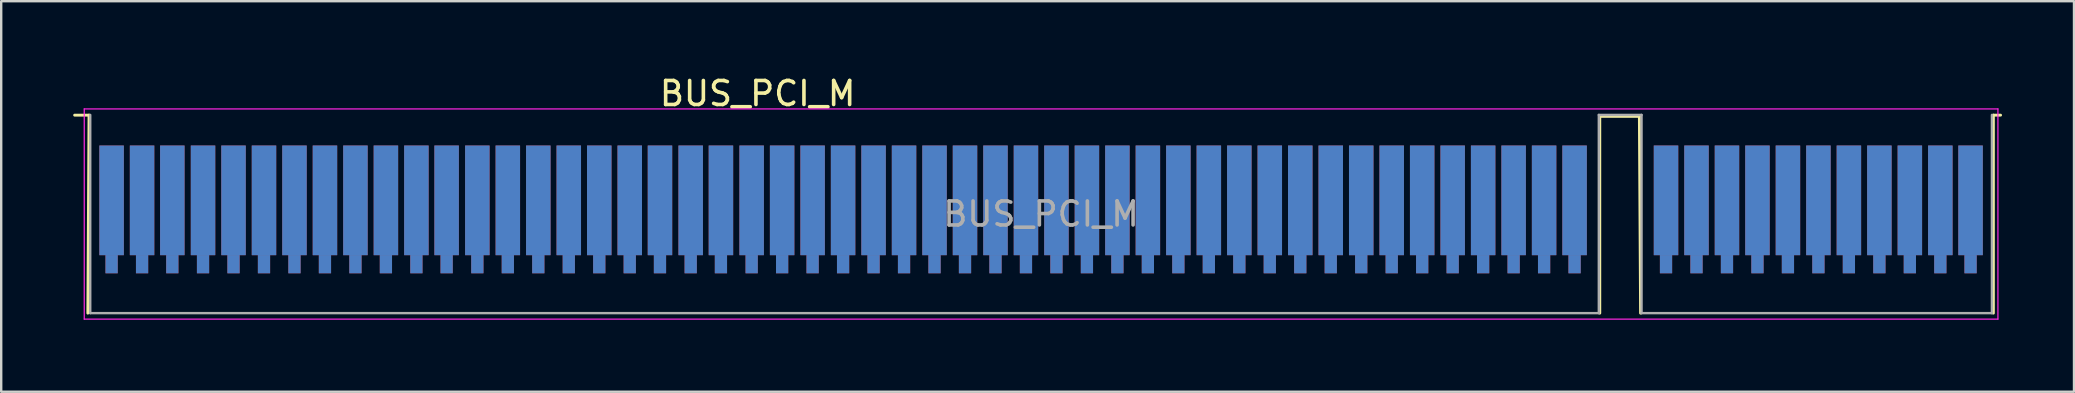
<source format=kicad_pcb>
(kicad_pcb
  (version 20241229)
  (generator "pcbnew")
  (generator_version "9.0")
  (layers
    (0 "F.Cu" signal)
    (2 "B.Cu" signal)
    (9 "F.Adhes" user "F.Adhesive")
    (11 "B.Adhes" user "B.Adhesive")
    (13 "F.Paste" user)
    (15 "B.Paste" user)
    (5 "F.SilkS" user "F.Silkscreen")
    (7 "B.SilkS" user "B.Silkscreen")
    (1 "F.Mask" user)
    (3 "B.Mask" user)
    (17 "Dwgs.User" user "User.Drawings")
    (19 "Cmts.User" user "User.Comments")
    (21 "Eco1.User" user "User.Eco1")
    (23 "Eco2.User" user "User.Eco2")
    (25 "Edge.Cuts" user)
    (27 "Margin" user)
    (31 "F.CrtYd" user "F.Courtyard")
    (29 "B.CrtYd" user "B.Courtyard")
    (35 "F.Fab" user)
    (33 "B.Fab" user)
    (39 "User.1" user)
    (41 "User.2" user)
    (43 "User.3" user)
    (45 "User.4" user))
  (footprint "BUS_PCI_M"
    (layer "F.Cu")
    (at 40.33 6.628)
    (property "Reference" "BUS_PCI_M" (at -11.81 -5.78 0) (layer "F.SilkS") (effects (font (size 1 1) (thickness 0.15))))
    (attr exclude_from_pos_files exclude_from_bom)
    (fp_line (start -40.27 -4.88) (end -39.67 -4.88) (stroke (width 0.12) (type solid)) (layer "F.SilkS"))
    (fp_line (start -39.67 -4.88) (end -39.72 3.37) (stroke (width 0.12) (type solid)) (layer "F.SilkS"))
    (fp_line (start 23.28 -4.83) (end 24.93 -4.83) (stroke (width 0.12) (type solid)) (layer "F.SilkS"))
    (fp_line (start 23.28 3.37) (end 23.28 -4.83) (stroke (width 0.12) (type solid)) (layer "F.SilkS"))
    (fp_line (start 24.93 -4.83) (end 24.98 3.37) (stroke (width 0.12) (type solid)) (layer "F.SilkS"))
    (fp_line (start 39.68 -4.88) (end 39.98 -4.88) (stroke (width 0.12) (type solid)) (layer "F.SilkS"))
    (fp_line (start 39.68 3.37) (end 39.68 -4.88) (stroke (width 0.12) (type solid)) (layer "F.SilkS"))
    (fp_line (start -39.87 -5.14) (end -39.87 3.62) (stroke (width 0.05) (type solid)) (layer "F.CrtYd"))
    (fp_line (start -39.87 -5.14) (end 39.87 -5.14) (stroke (width 0.05) (type solid)) (layer "F.CrtYd"))
    (fp_line (start 39.87 3.62) (end -39.87 3.62) (stroke (width 0.05) (type solid)) (layer "F.CrtYd"))
    (fp_line (start 39.87 3.62) (end 39.87 -5.14) (stroke (width 0.05) (type solid)) (layer "F.CrtYd"))
    (fp_line (start -39.62 -4.89) (end -39.62 3.37) (stroke (width 0.1) (type solid)) (layer "F.Fab"))
    (fp_line (start -39.62 3.37) (end 23.24 3.37) (stroke (width 0.1) (type solid)) (layer "F.Fab"))
    (fp_line (start 23.24 -4.89) (end 25.02 -4.89) (stroke (width 0.1) (type solid)) (layer "F.Fab"))
    (fp_line (start 23.24 3.37) (end 23.24 -4.89) (stroke (width 0.1) (type solid)) (layer "F.Fab"))
    (fp_line (start 25.02 -4.89) (end 25.02 3.37) (stroke (width 0.1) (type solid)) (layer "F.Fab"))
    (fp_line (start 25.02 3.37) (end 39.62 3.37) (stroke (width 0.1) (type solid)) (layer "F.Fab"))
    (fp_line (start 39.62 3.37) (end 39.62 -4.89) (stroke (width 0.1) (type solid)) (layer "F.Fab"))
    (fp_text user "${REFERENCE}" (at 0 -0.76 0) (layer "F.Fab") (effects (font (size 1 1) (thickness 0.15))))
    (pad "A1" connect rect (at -38.73 -1.33) (size 1.02 4.57) (layers "B.Cu" "B.Mask"))
    (pad "A1" connect rect (at -38.73 1.33) (size 0.51 0.76) (layers "B.Cu" "B.Mask"))
    (pad "A2" connect rect (at -37.46 -1.33) (size 1.02 4.57) (layers "B.Cu" "B.Mask"))
    (pad "A2" connect rect (at -37.46 1.33) (size 0.51 0.76) (layers "B.Cu" "B.Mask"))
    (pad "A3" connect rect (at -36.2 -1.33) (size 1.02 4.57) (layers "B.Cu" "B.Mask"))
    (pad "A3" connect rect (at -36.2 1.33) (size 0.51 0.76) (layers "B.Cu" "B.Mask"))
    (pad "A4" connect rect (at -34.92 -1.33) (size 1.02 4.57) (layers "B.Cu" "B.Mask"))
    (pad "A4" connect rect (at -34.92 1.33) (size 0.51 0.76) (layers "B.Cu" "B.Mask"))
    (pad "A5" connect rect (at -33.65 -1.33) (size 1.02 4.57) (layers "B.Cu" "B.Mask"))
    (pad "A5" connect rect (at -33.65 1.33) (size 0.51 0.76) (layers "B.Cu" "B.Mask"))
    (pad "A6" connect rect (at -32.38 -1.33) (size 1.02 4.57) (layers "B.Cu" "B.Mask"))
    (pad "A6" connect rect (at -32.38 1.33) (size 0.51 0.76) (layers "B.Cu" "B.Mask"))
    (pad "A7" connect rect (at -31.11 -1.33) (size 1.02 4.57) (layers "B.Cu" "B.Mask"))
    (pad "A7" connect rect (at -31.11 1.33) (size 0.51 0.76) (layers "B.Cu" "B.Mask"))
    (pad "A8" connect rect (at -29.84 -1.33) (size 1.02 4.57) (layers "B.Cu" "B.Mask"))
    (pad "A8" connect rect (at -29.84 1.33) (size 0.51 0.76) (layers "B.Cu" "B.Mask"))
    (pad "A9" connect rect (at -28.57 -1.33) (size 1.02 4.57) (layers "B.Cu" "B.Mask"))
    (pad "A9" connect rect (at -28.57 1.33) (size 0.51 0.76) (layers "B.Cu" "B.Mask"))
    (pad "A10" connect rect (at -27.3 -1.33) (size 1.02 4.57) (layers "B.Cu" "B.Mask"))
    (pad "A10" connect rect (at -27.3 1.33) (size 0.51 0.76) (layers "B.Cu" "B.Mask"))
    (pad "A11" connect rect (at -26.03 -1.33) (size 1.02 4.57) (layers "B.Cu" "B.Mask"))
    (pad "A11" connect rect (at -26.03 1.33) (size 0.51 0.76) (layers "B.Cu" "B.Mask"))
    (pad "A12" connect rect (at -24.77 -1.33) (size 1.02 4.57) (layers "B.Cu" "B.Mask"))
    (pad "A12" connect rect (at -24.77 1.33) (size 0.51 0.76) (layers "B.Cu" "B.Mask"))
    (pad "A13" connect rect (at -23.49 -1.33) (size 1.02 4.57) (layers "B.Cu" "B.Mask"))
    (pad "A13" connect rect (at -23.49 1.33) (size 0.51 0.76) (layers "B.Cu" "B.Mask"))
    (pad "A14" connect rect (at -22.22 -1.33) (size 1.02 4.57) (layers "B.Cu" "B.Mask"))
    (pad "A14" connect rect (at -22.22 1.33) (size 0.51 0.76) (layers "B.Cu" "B.Mask"))
    (pad "A15" connect rect (at -20.95 -1.33) (size 1.02 4.57) (layers "B.Cu" "B.Mask"))
    (pad "A15" connect rect (at -20.95 1.33) (size 0.51 0.76) (layers "B.Cu" "B.Mask"))
    (pad "A16" connect rect (at -19.68 -1.33) (size 1.02 4.57) (layers "B.Cu" "B.Mask"))
    (pad "A16" connect rect (at -19.68 1.33) (size 0.51 0.76) (layers "B.Cu" "B.Mask"))
    (pad "A17" connect rect (at -18.41 -1.33) (size 1.02 4.57) (layers "B.Cu" "B.Mask"))
    (pad "A17" connect rect (at -18.41 1.33) (size 0.51 0.76) (layers "B.Cu" "B.Mask"))
    (pad "A18" connect rect (at -17.14 -1.33) (size 1.02 4.57) (layers "B.Cu" "B.Mask"))
    (pad "A18" connect rect (at -17.14 1.33) (size 0.51 0.76) (layers "B.Cu" "B.Mask"))
    (pad "A19" connect rect (at -15.88 -1.33) (size 1.02 4.57) (layers "B.Cu" "B.Mask"))
    (pad "A19" connect rect (at -15.88 1.33) (size 0.51 0.76) (layers "B.Cu" "B.Mask"))
    (pad "A20" connect rect (at -14.6 -1.33) (size 1.02 4.57) (layers "B.Cu" "B.Mask"))
    (pad "A20" connect rect (at -14.6 1.33) (size 0.51 0.76) (layers "B.Cu" "B.Mask"))
    (pad "A21" connect rect (at -13.34 -1.33) (size 1.02 4.57) (layers "B.Cu" "B.Mask"))
    (pad "A21" connect rect (at -13.34 1.33) (size 0.51 0.76) (layers "B.Cu" "B.Mask"))
    (pad "A22" connect rect (at -12.06 -1.33) (size 1.02 4.57) (layers "B.Cu" "B.Mask"))
    (pad "A22" connect rect (at -12.06 1.33) (size 0.51 0.76) (layers "B.Cu" "B.Mask"))
    (pad "A23" connect rect (at -10.79 -1.33) (size 1.02 4.57) (layers "B.Cu" "B.Mask"))
    (pad "A23" connect rect (at -10.79 1.33) (size 0.51 0.76) (layers "B.Cu" "B.Mask"))
    (pad "A24" connect rect (at -9.52 -1.33) (size 1.02 4.57) (layers "B.Cu" "B.Mask"))
    (pad "A24" connect rect (at -9.52 1.33) (size 0.51 0.76) (layers "B.Cu" "B.Mask"))
    (pad "A25" connect rect (at -8.25 -1.33) (size 1.02 4.57) (layers "B.Cu" "B.Mask"))
    (pad "A25" connect rect (at -8.25 1.33) (size 0.51 0.76) (layers "B.Cu" "B.Mask"))
    (pad "A26" connect rect (at -6.98 -1.33) (size 1.02 4.57) (layers "B.Cu" "B.Mask"))
    (pad "A26" connect rect (at -6.98 1.33) (size 0.51 0.76) (layers "B.Cu" "B.Mask"))
    (pad "A27" connect rect (at -5.71 -1.33) (size 1.02 4.57) (layers "B.Cu" "B.Mask"))
    (pad "A27" connect rect (at -5.71 1.33) (size 0.51 0.76) (layers "B.Cu" "B.Mask"))
    (pad "A28" connect rect (at -4.44 -1.33) (size 1.02 4.57) (layers "B.Cu" "B.Mask"))
    (pad "A28" connect rect (at -4.44 1.33) (size 0.51 0.76) (layers "B.Cu" "B.Mask"))
    (pad "A29" connect rect (at -3.17 -1.33) (size 1.02 4.57) (layers "B.Cu" "B.Mask"))
    (pad "A29" connect rect (at -3.17 1.33) (size 0.51 0.76) (layers "B.Cu" "B.Mask"))
    (pad "A30" connect rect (at -1.9 -1.33) (size 1.02 4.57) (layers "B.Cu" "B.Mask"))
    (pad "A30" connect rect (at -1.9 1.33) (size 0.51 0.76) (layers "B.Cu" "B.Mask"))
    (pad "A31" connect rect (at -0.63 -1.33) (size 1.02 4.57) (layers "B.Cu" "B.Mask"))
    (pad "A31" connect rect (at -0.63 1.33) (size 0.51 0.76) (layers "B.Cu" "B.Mask"))
    (pad "A32" connect rect (at 0.64 -1.33) (size 1.02 4.57) (layers "B.Cu" "B.Mask"))
    (pad "A32" connect rect (at 0.64 1.33) (size 0.51 0.76) (layers "B.Cu" "B.Mask"))
    (pad "A33" connect rect (at 1.91 -1.33) (size 1.02 4.57) (layers "B.Cu" "B.Mask"))
    (pad "A33" connect rect (at 1.91 1.33) (size 0.51 0.76) (layers "B.Cu" "B.Mask"))
    (pad "A34" connect rect (at 3.18 -1.33) (size 1.02 4.57) (layers "B.Cu" "B.Mask"))
    (pad "A34" connect rect (at 3.18 1.33) (size 0.51 0.76) (layers "B.Cu" "B.Mask"))
    (pad "A35" connect rect (at 4.45 -1.33) (size 1.02 4.57) (layers "B.Cu" "B.Mask"))
    (pad "A35" connect rect (at 4.45 1.33) (size 0.51 0.76) (layers "B.Cu" "B.Mask"))
    (pad "A36" connect rect (at 5.72 -1.33) (size 1.02 4.57) (layers "B.Cu" "B.Mask"))
    (pad "A36" connect rect (at 5.72 1.33) (size 0.51 0.76) (layers "B.Cu" "B.Mask"))
    (pad "A37" connect rect (at 6.99 -1.33) (size 1.02 4.57) (layers "B.Cu" "B.Mask"))
    (pad "A37" connect rect (at 6.99 1.33) (size 0.51 0.76) (layers "B.Cu" "B.Mask"))
    (pad "A38" connect rect (at 8.26 -1.33) (size 1.02 4.57) (layers "B.Cu" "B.Mask"))
    (pad "A38" connect rect (at 8.26 1.33) (size 0.51 0.76) (layers "B.Cu" "B.Mask"))
    (pad "A39" connect rect (at 9.53 -1.33) (size 1.02 4.57) (layers "B.Cu" "B.Mask"))
    (pad "A39" connect rect (at 9.53 1.33) (size 0.51 0.76) (layers "B.Cu" "B.Mask"))
    (pad "A40" connect rect (at 10.8 -1.33) (size 1.02 4.57) (layers "B.Cu" "B.Mask"))
    (pad "A40" connect rect (at 10.8 1.33) (size 0.51 0.76) (layers "B.Cu" "B.Mask"))
    (pad "A41" connect rect (at 12.07 -1.33) (size 1.02 4.57) (layers "B.Cu" "B.Mask"))
    (pad "A41" connect rect (at 12.07 1.33) (size 0.51 0.76) (layers "B.Cu" "B.Mask"))
    (pad "A42" connect rect (at 13.34 -1.33) (size 1.02 4.57) (layers "B.Cu" "B.Mask"))
    (pad "A42" connect rect (at 13.34 1.33) (size 0.51 0.76) (layers "B.Cu" "B.Mask"))
    (pad "A43" connect rect (at 14.61 -1.33) (size 1.02 4.57) (layers "B.Cu" "B.Mask"))
    (pad "A43" connect rect (at 14.61 1.33) (size 0.51 0.76) (layers "B.Cu" "B.Mask"))
    (pad "A44" connect rect (at 15.88 -1.33) (size 1.02 4.57) (layers "B.Cu" "B.Mask"))
    (pad "A44" connect rect (at 15.88 1.33) (size 0.51 0.76) (layers "B.Cu" "B.Mask"))
    (pad "A45" connect rect (at 17.15 -1.33) (size 1.02 4.57) (layers "B.Cu" "B.Mask"))
    (pad "A45" connect rect (at 17.15 1.33) (size 0.51 0.76) (layers "B.Cu" "B.Mask"))
    (pad "A46" connect rect (at 18.42 -1.33) (size 1.02 4.57) (layers "B.Cu" "B.Mask"))
    (pad "A46" connect rect (at 18.42 1.33) (size 0.51 0.76) (layers "B.Cu" "B.Mask"))
    (pad "A47" connect rect (at 19.69 -1.33) (size 1.02 4.57) (layers "B.Cu" "B.Mask"))
    (pad "A47" connect rect (at 19.69 1.33) (size 0.51 0.76) (layers "B.Cu" "B.Mask"))
    (pad "A48" connect rect (at 20.96 -1.33) (size 1.02 4.57) (layers "B.Cu" "B.Mask"))
    (pad "A48" connect rect (at 20.96 1.33) (size 0.51 0.76) (layers "B.Cu" "B.Mask"))
    (pad "A49" connect rect (at 22.23 -1.33) (size 1.02 4.57) (layers "B.Cu" "B.Mask"))
    (pad "A49" connect rect (at 22.23 1.33) (size 0.51 0.76) (layers "B.Cu" "B.Mask"))
    (pad "A52" connect rect (at 26.04 -1.33) (size 1.02 4.57) (layers "B.Cu" "B.Mask"))
    (pad "A52" connect rect (at 26.04 1.33) (size 0.51 0.76) (layers "B.Cu" "B.Mask"))
    (pad "A53" connect rect (at 27.31 -1.33) (size 1.02 4.57) (layers "B.Cu" "B.Mask"))
    (pad "A53" connect rect (at 27.31 1.33) (size 0.51 0.76) (layers "B.Cu" "B.Mask"))
    (pad "A54" connect rect (at 28.58 -1.33) (size 1.02 4.57) (layers "B.Cu" "B.Mask"))
    (pad "A54" connect rect (at 28.58 1.33) (size 0.51 0.76) (layers "B.Cu" "B.Mask"))
    (pad "A55" connect rect (at 29.85 -1.33) (size 1.02 4.57) (layers "B.Cu" "B.Mask"))
    (pad "A55" connect rect (at 29.85 1.33) (size 0.51 0.76) (layers "B.Cu" "B.Mask"))
    (pad "A56" connect rect (at 31.12 -1.33) (size 1.02 4.57) (layers "B.Cu" "B.Mask"))
    (pad "A56" connect rect (at 31.12 1.33) (size 0.51 0.76) (layers "B.Cu" "B.Mask"))
    (pad "A57" connect rect (at 32.39 -1.33) (size 1.02 4.57) (layers "B.Cu" "B.Mask"))
    (pad "A57" connect rect (at 32.39 1.33) (size 0.51 0.76) (layers "B.Cu" "B.Mask"))
    (pad "A58" connect rect (at 33.66 -1.33) (size 1.02 4.57) (layers "B.Cu" "B.Mask"))
    (pad "A58" connect rect (at 33.66 1.33) (size 0.51 0.76) (layers "B.Cu" "B.Mask"))
    (pad "A59" connect rect (at 34.93 -1.33) (size 1.02 4.57) (layers "B.Cu" "B.Mask"))
    (pad "A59" connect rect (at 34.93 1.33) (size 0.51 0.76) (layers "B.Cu" "B.Mask"))
    (pad "A60" connect rect (at 36.2 -1.33) (size 1.02 4.57) (layers "B.Cu" "B.Mask"))
    (pad "A60" connect rect (at 36.2 1.33) (size 0.51 0.76) (layers "B.Cu" "B.Mask"))
    (pad "A61" connect rect (at 37.47 -1.33) (size 1.02 4.57) (layers "B.Cu" "B.Mask"))
    (pad "A61" connect rect (at 37.47 1.33) (size 0.51 0.76) (layers "B.Cu" "B.Mask"))
    (pad "A62" connect rect (at 38.73 -1.33) (size 1.02 4.57) (layers "B.Cu" "B.Mask"))
    (pad "A62" connect rect (at 38.73 1.33) (size 0.51 0.76) (layers "B.Cu" "B.Mask"))
    (pad "B1" connect rect (at -38.73 -1.33) (size 1.02 4.57) (layers "F.Cu" "F.Mask"))
    (pad "B1" connect rect (at -38.73 1.33) (size 0.51 0.76) (layers "F.Cu" "F.Mask"))
    (pad "B2" connect rect (at -37.46 -1.33) (size 1.02 4.57) (layers "F.Cu" "F.Mask"))
    (pad "B2" connect rect (at -37.46 1.33) (size 0.51 0.76) (layers "F.Cu" "F.Mask"))
    (pad "B3" connect rect (at -36.2 -1.33) (size 1.02 4.57) (layers "F.Cu" "F.Mask"))
    (pad "B3" connect rect (at -36.2 1.33) (size 0.51 0.76) (layers "F.Cu" "F.Mask"))
    (pad "B4" connect rect (at -34.92 -1.33) (size 1.02 4.57) (layers "F.Cu" "F.Mask"))
    (pad "B4" connect rect (at -34.92 1.33) (size 0.51 0.76) (layers "F.Cu" "F.Mask"))
    (pad "B5" connect rect (at -33.65 -1.33) (size 1.02 4.57) (layers "F.Cu" "F.Mask"))
    (pad "B5" connect rect (at -33.65 1.33) (size 0.51 0.76) (layers "F.Cu" "F.Mask"))
    (pad "B6" connect rect (at -32.38 -1.33) (size 1.02 4.57) (layers "F.Cu" "F.Mask"))
    (pad "B6" connect rect (at -32.38 1.33) (size 0.51 0.76) (layers "F.Cu" "F.Mask"))
    (pad "B7" connect rect (at -31.11 -1.33) (size 1.02 4.57) (layers "F.Cu" "F.Mask"))
    (pad "B7" connect rect (at -31.11 1.33) (size 0.51 0.76) (layers "F.Cu" "F.Mask"))
    (pad "B8" connect rect (at -29.84 -1.33) (size 1.02 4.57) (layers "F.Cu" "F.Mask"))
    (pad "B8" connect rect (at -29.84 1.33) (size 0.51 0.76) (layers "F.Cu" "F.Mask"))
    (pad "B9" connect rect (at -28.57 -1.33) (size 1.02 4.57) (layers "F.Cu" "F.Mask"))
    (pad "B9" connect rect (at -28.57 1.33) (size 0.51 0.76) (layers "F.Cu" "F.Mask"))
    (pad "B10" connect rect (at -27.3 -1.33) (size 1.02 4.57) (layers "F.Cu" "F.Mask"))
    (pad "B10" connect rect (at -27.3 1.33) (size 0.51 0.76) (layers "F.Cu" "F.Mask"))
    (pad "B11" connect rect (at -26.03 -1.33) (size 1.02 4.57) (layers "F.Cu" "F.Mask"))
    (pad "B11" connect rect (at -26.03 1.33) (size 0.51 0.76) (layers "F.Cu" "F.Mask"))
    (pad "B12" connect rect (at -24.77 -1.33) (size 1.02 4.57) (layers "F.Cu" "F.Mask"))
    (pad "B12" connect rect (at -24.77 1.33) (size 0.51 0.76) (layers "F.Cu" "F.Mask"))
    (pad "B13" connect rect (at -23.49 -1.33) (size 1.02 4.57) (layers "F.Cu" "F.Mask"))
    (pad "B13" connect rect (at -23.49 1.33) (size 0.51 0.76) (layers "F.Cu" "F.Mask"))
    (pad "B14" connect rect (at -22.22 -1.33) (size 1.02 4.57) (layers "F.Cu" "F.Mask"))
    (pad "B14" connect rect (at -22.22 1.33) (size 0.51 0.76) (layers "F.Cu" "F.Mask"))
    (pad "B15" connect rect (at -20.95 -1.33) (size 1.02 4.57) (layers "F.Cu" "F.Mask"))
    (pad "B15" connect rect (at -20.95 1.33) (size 0.51 0.76) (layers "F.Cu" "F.Mask"))
    (pad "B16" connect rect (at -19.68 -1.33) (size 1.02 4.57) (layers "F.Cu" "F.Mask"))
    (pad "B16" connect rect (at -19.68 1.33) (size 0.51 0.76) (layers "F.Cu" "F.Mask"))
    (pad "B17" connect rect (at -18.41 -1.33) (size 1.02 4.57) (layers "F.Cu" "F.Mask"))
    (pad "B17" connect rect (at -18.41 1.33) (size 0.51 0.76) (layers "F.Cu" "F.Mask"))
    (pad "B18" connect rect (at -17.14 -1.33) (size 1.02 4.57) (layers "F.Cu" "F.Mask"))
    (pad "B18" connect rect (at -17.14 1.33) (size 0.51 0.76) (layers "F.Cu" "F.Mask"))
    (pad "B19" connect rect (at -15.88 -1.33) (size 1.02 4.57) (layers "F.Cu" "F.Mask"))
    (pad "B19" connect rect (at -15.88 1.33) (size 0.51 0.76) (layers "F.Cu" "F.Mask"))
    (pad "B20" connect rect (at -14.6 -1.33) (size 1.02 4.57) (layers "F.Cu" "F.Mask"))
    (pad "B20" connect rect (at -14.6 1.33) (size 0.51 0.76) (layers "F.Cu" "F.Mask"))
    (pad "B21" connect rect (at -13.34 -1.33) (size 1.02 4.57) (layers "F.Cu" "F.Mask"))
    (pad "B21" connect rect (at -13.34 1.33) (size 0.51 0.76) (layers "F.Cu" "F.Mask"))
    (pad "B22" connect rect (at -12.06 -1.33) (size 1.02 4.57) (layers "F.Cu" "F.Mask"))
    (pad "B22" connect rect (at -12.06 1.33) (size 0.51 0.76) (layers "F.Cu" "F.Mask"))
    (pad "B23" connect rect (at -10.79 -1.33) (size 1.02 4.57) (layers "F.Cu" "F.Mask"))
    (pad "B23" connect rect (at -10.79 1.33) (size 0.51 0.76) (layers "F.Cu" "F.Mask"))
    (pad "B24" connect rect (at -9.52 -1.33) (size 1.02 4.57) (layers "F.Cu" "F.Mask"))
    (pad "B24" connect rect (at -9.52 1.33) (size 0.51 0.76) (layers "F.Cu" "F.Mask"))
    (pad "B25" connect rect (at -8.25 -1.33) (size 1.02 4.57) (layers "F.Cu" "F.Mask"))
    (pad "B25" connect rect (at -8.25 1.33) (size 0.51 0.76) (layers "F.Cu" "F.Mask"))
    (pad "B26" connect rect (at -6.98 -1.33) (size 1.02 4.57) (layers "F.Cu" "F.Mask"))
    (pad "B26" connect rect (at -6.98 1.33) (size 0.51 0.76) (layers "F.Cu" "F.Mask"))
    (pad "B27" connect rect (at -5.71 -1.33) (size 1.02 4.57) (layers "F.Cu" "F.Mask"))
    (pad "B27" connect rect (at -5.71 1.33) (size 0.51 0.76) (layers "F.Cu" "F.Mask"))
    (pad "B28" connect rect (at -4.44 -1.33) (size 1.02 4.57) (layers "F.Cu" "F.Mask"))
    (pad "B28" connect rect (at -4.44 1.33) (size 0.51 0.76) (layers "F.Cu" "F.Mask"))
    (pad "B29" connect rect (at -3.17 -1.33) (size 1.02 4.57) (layers "F.Cu" "F.Mask"))
    (pad "B29" connect rect (at -3.17 1.33) (size 0.51 0.76) (layers "F.Cu" "F.Mask"))
    (pad "B30" connect rect (at -1.9 -1.33) (size 1.02 4.57) (layers "F.Cu" "F.Mask"))
    (pad "B30" connect rect (at -1.9 1.33) (size 0.51 0.76) (layers "F.Cu" "F.Mask"))
    (pad "B31" connect rect (at -0.63 -1.33) (size 1.02 4.57) (layers "F.Cu" "F.Mask"))
    (pad "B31" connect rect (at -0.63 1.33) (size 0.51 0.76) (layers "F.Cu" "F.Mask"))
    (pad "B32" connect rect (at 0.64 -1.33) (size 1.02 4.57) (layers "F.Cu" "F.Mask"))
    (pad "B32" connect rect (at 0.64 1.33) (size 0.51 0.76) (layers "F.Cu" "F.Mask"))
    (pad "B33" connect rect (at 1.91 -1.33) (size 1.02 4.57) (layers "F.Cu" "F.Mask"))
    (pad "B33" connect rect (at 1.91 1.33) (size 0.51 0.76) (layers "F.Cu" "F.Mask"))
    (pad "B34" connect rect (at 3.18 -1.33) (size 1.02 4.57) (layers "F.Cu" "F.Mask"))
    (pad "B34" connect rect (at 3.18 1.33) (size 0.51 0.76) (layers "F.Cu" "F.Mask"))
    (pad "B35" connect rect (at 4.45 -1.33) (size 1.02 4.57) (layers "F.Cu" "F.Mask"))
    (pad "B35" connect rect (at 4.45 1.33) (size 0.51 0.76) (layers "F.Cu" "F.Mask"))
    (pad "B36" connect rect (at 5.72 -1.33) (size 1.02 4.57) (layers "F.Cu" "F.Mask"))
    (pad "B36" connect rect (at 5.72 1.33) (size 0.51 0.76) (layers "F.Cu" "F.Mask"))
    (pad "B37" connect rect (at 6.99 -1.33) (size 1.02 4.57) (layers "F.Cu" "F.Mask"))
    (pad "B37" connect rect (at 6.99 1.33) (size 0.51 0.76) (layers "F.Cu" "F.Mask"))
    (pad "B38" connect rect (at 8.26 -1.33) (size 1.02 4.57) (layers "F.Cu" "F.Mask"))
    (pad "B38" connect rect (at 8.26 1.33) (size 0.51 0.76) (layers "F.Cu" "F.Mask"))
    (pad "B39" connect rect (at 9.53 -1.33) (size 1.02 4.57) (layers "F.Cu" "F.Mask"))
    (pad "B39" connect rect (at 9.53 1.33) (size 0.51 0.76) (layers "F.Cu" "F.Mask"))
    (pad "B40" connect rect (at 10.8 -1.33) (size 1.02 4.57) (layers "F.Cu" "F.Mask"))
    (pad "B40" connect rect (at 10.8 1.33) (size 0.51 0.76) (layers "F.Cu" "F.Mask"))
    (pad "B41" connect rect (at 12.07 -1.33) (size 1.02 4.57) (layers "F.Cu" "F.Mask"))
    (pad "B41" connect rect (at 12.07 1.33) (size 0.51 0.76) (layers "F.Cu" "F.Mask"))
    (pad "B42" connect rect (at 13.34 -1.33) (size 1.02 4.57) (layers "F.Cu" "F.Mask"))
    (pad "B42" connect rect (at 13.34 1.33) (size 0.51 0.76) (layers "F.Cu" "F.Mask"))
    (pad "B43" connect rect (at 14.61 -1.33) (size 1.02 4.57) (layers "F.Cu" "F.Mask"))
    (pad "B43" connect rect (at 14.61 1.33) (size 0.51 0.76) (layers "F.Cu" "F.Mask"))
    (pad "B44" connect rect (at 15.88 -1.33) (size 1.02 4.57) (layers "F.Cu" "F.Mask"))
    (pad "B44" connect rect (at 15.88 1.33) (size 0.51 0.76) (layers "F.Cu" "F.Mask"))
    (pad "B45" connect rect (at 17.15 -1.33) (size 1.02 4.57) (layers "F.Cu" "F.Mask"))
    (pad "B45" connect rect (at 17.15 1.33) (size 0.51 0.76) (layers "F.Cu" "F.Mask"))
    (pad "B46" connect rect (at 18.42 -1.33) (size 1.02 4.57) (layers "F.Cu" "F.Mask"))
    (pad "B46" connect rect (at 18.42 1.33) (size 0.51 0.76) (layers "F.Cu" "F.Mask"))
    (pad "B47" connect rect (at 19.69 -1.33) (size 1.02 4.57) (layers "F.Cu" "F.Mask"))
    (pad "B47" connect rect (at 19.69 1.33) (size 0.51 0.76) (layers "F.Cu" "F.Mask"))
    (pad "B48" connect rect (at 20.96 -1.33) (size 1.02 4.57) (layers "F.Cu" "F.Mask"))
    (pad "B48" connect rect (at 20.96 1.33) (size 0.51 0.76) (layers "F.Cu" "F.Mask"))
    (pad "B49" connect rect (at 22.23 -1.33) (size 1.02 4.57) (layers "F.Cu" "F.Mask"))
    (pad "B49" connect rect (at 22.23 1.33) (size 0.51 0.76) (layers "F.Cu" "F.Mask"))
    (pad "B52" connect rect (at 26.04 -1.33) (size 1.02 4.57) (layers "F.Cu" "F.Mask"))
    (pad "B52" connect rect (at 26.04 1.33) (size 0.51 0.76) (layers "F.Cu" "F.Mask"))
    (pad "B53" connect rect (at 27.31 -1.33) (size 1.02 4.57) (layers "F.Cu" "F.Mask"))
    (pad "B53" connect rect (at 27.31 1.33) (size 0.51 0.76) (layers "F.Cu" "F.Mask"))
    (pad "B54" connect rect (at 28.58 -1.33) (size 1.02 4.57) (layers "F.Cu" "F.Mask"))
    (pad "B54" connect rect (at 28.58 1.33) (size 0.51 0.76) (layers "F.Cu" "F.Mask"))
    (pad "B55" connect rect (at 29.85 -1.33) (size 1.02 4.57) (layers "F.Cu" "F.Mask"))
    (pad "B55" connect rect (at 29.85 1.33) (size 0.51 0.76) (layers "F.Cu" "F.Mask"))
    (pad "B56" connect rect (at 31.12 -1.33) (size 1.02 4.57) (layers "F.Cu" "F.Mask"))
    (pad "B56" connect rect (at 31.12 1.33) (size 0.51 0.76) (layers "F.Cu" "F.Mask"))
    (pad "B57" connect rect (at 32.39 -1.33) (size 1.02 4.57) (layers "F.Cu" "F.Mask"))
    (pad "B57" connect rect (at 32.39 1.33) (size 0.51 0.76) (layers "F.Cu" "F.Mask"))
    (pad "B58" connect rect (at 33.66 -1.33) (size 1.02 4.57) (layers "F.Cu" "F.Mask"))
    (pad "B58" connect rect (at 33.66 1.33) (size 0.51 0.76) (layers "F.Cu" "F.Mask"))
    (pad "B59" connect rect (at 34.93 -1.33) (size 1.02 4.57) (layers "F.Cu" "F.Mask"))
    (pad "B59" connect rect (at 34.93 1.33) (size 0.51 0.76) (layers "F.Cu" "F.Mask"))
    (pad "B60" connect rect (at 36.2 -1.33) (size 1.02 4.57) (layers "F.Cu" "F.Mask"))
    (pad "B60" connect rect (at 36.2 1.33) (size 0.51 0.76) (layers "F.Cu" "F.Mask"))
    (pad "B61" connect rect (at 37.47 -1.33) (size 1.02 4.57) (layers "F.Cu" "F.Mask"))
    (pad "B61" connect rect (at 37.47 1.33) (size 0.51 0.76) (layers "F.Cu" "F.Mask"))
    (pad "B62" connect rect (at 38.73 -1.33) (size 1.02 4.57) (layers "F.Cu" "F.Mask"))
    (pad "B62" connect rect (at 38.73 1.33) (size 0.51 0.76) (layers "F.Cu" "F.Mask")))
  (gr_rect
    (start -3 -3)
    (end 83.37 13.273)
    (stroke (width 0.1) (type default))
    (fill no)
    (layer "Edge.Cuts")))
</source>
